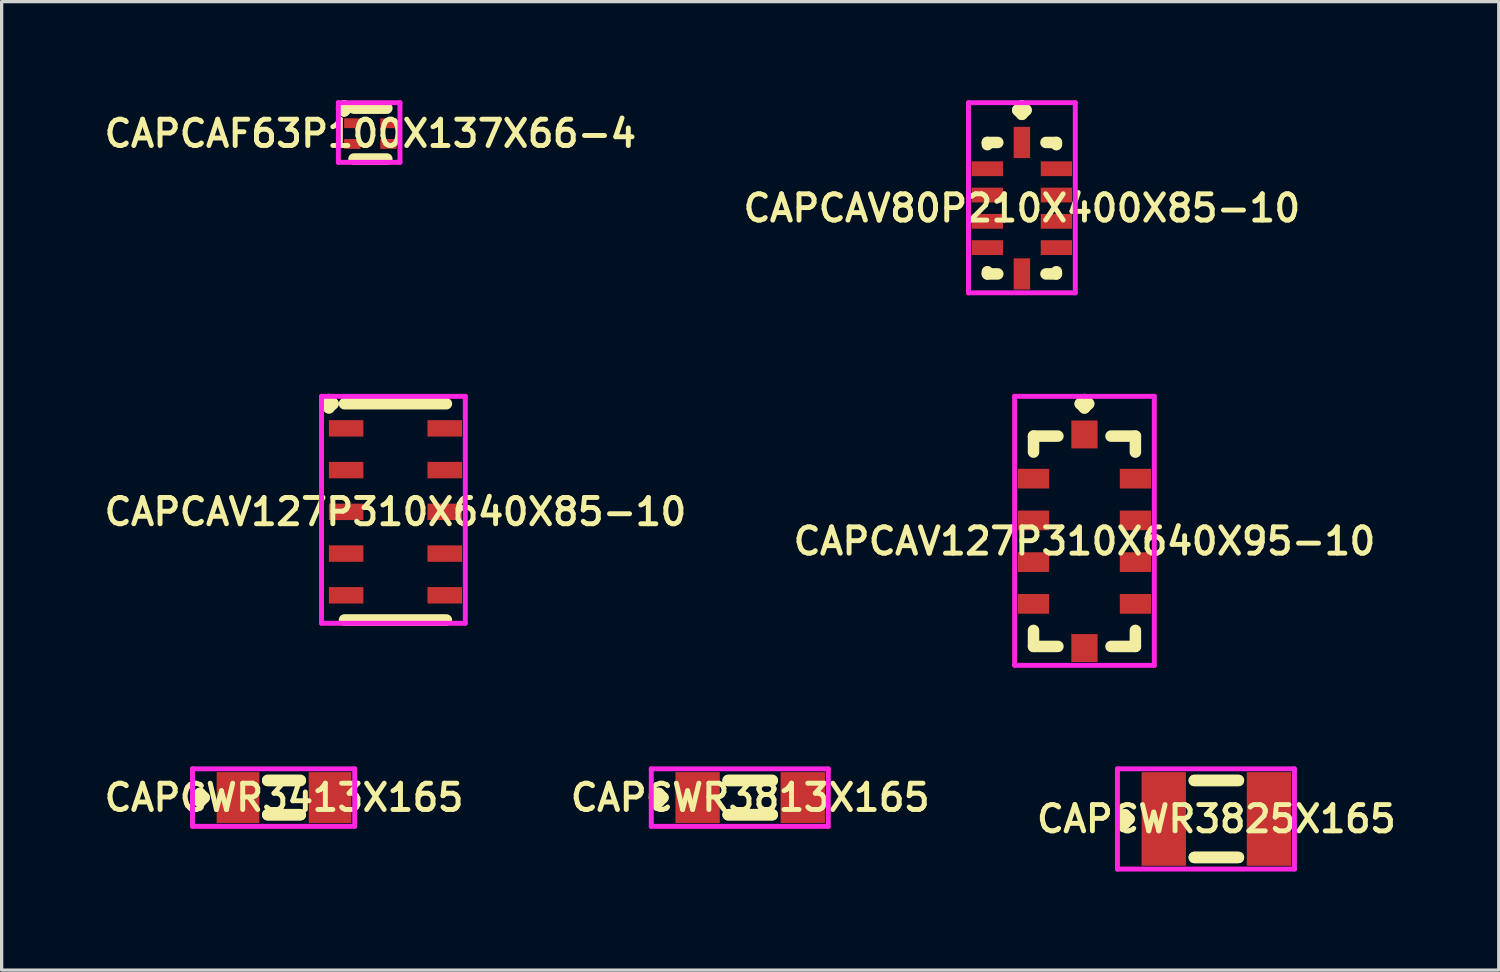
<source format=kicad_pcb>
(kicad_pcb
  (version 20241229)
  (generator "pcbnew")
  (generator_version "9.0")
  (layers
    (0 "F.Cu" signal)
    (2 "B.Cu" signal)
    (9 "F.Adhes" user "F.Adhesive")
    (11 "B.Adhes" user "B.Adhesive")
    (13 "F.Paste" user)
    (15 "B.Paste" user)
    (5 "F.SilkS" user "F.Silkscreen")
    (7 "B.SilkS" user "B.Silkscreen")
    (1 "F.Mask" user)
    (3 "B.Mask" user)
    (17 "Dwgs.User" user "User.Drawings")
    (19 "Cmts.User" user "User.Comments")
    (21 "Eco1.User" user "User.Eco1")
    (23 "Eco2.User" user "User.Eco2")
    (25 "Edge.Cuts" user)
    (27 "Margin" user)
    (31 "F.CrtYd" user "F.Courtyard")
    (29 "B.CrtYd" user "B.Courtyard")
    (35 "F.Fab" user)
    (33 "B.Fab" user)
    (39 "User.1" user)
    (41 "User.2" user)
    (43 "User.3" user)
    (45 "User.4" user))
  (footprint "CAPCAV80P210X400X85-10"
    (layer "F.Cu")
    (at 28.045 3.285)
    (property "Reference" "CAPCAV80P210X400X85-10" (at 0 0 0) (layer "F.SilkS") (effects (font (size 0.8 0.8) (thickness 0.15))))
    (attr smd)
    (fp_line (start -1.05 -2) (end -0.733 -2) (stroke (width 0.35) (type solid)) (layer "F.SilkS"))
    (fp_line (start -1.05 -1.933) (end -1.05 -2) (stroke (width 0.35) (type solid)) (layer "F.SilkS"))
    (fp_line (start -1.05 1.933) (end -1.05 2) (stroke (width 0.35) (type solid)) (layer "F.SilkS"))
    (fp_line (start -1.05 2) (end -0.733 2) (stroke (width 0.35) (type solid)) (layer "F.SilkS"))
    (fp_line (start -0.127 -2.983) (end 0 -3.11) (stroke (width 0.35) (type solid)) (layer "F.SilkS"))
    (fp_line (start 0 -3.11) (end 0.127 -2.983) (stroke (width 0.35) (type solid)) (layer "F.SilkS"))
    (fp_line (start 0 -2.856) (end -0.127 -2.983) (stroke (width 0.35) (type solid)) (layer "F.SilkS"))
    (fp_line (start 0.127 -2.983) (end 0 -2.856) (stroke (width 0.35) (type solid)) (layer "F.SilkS"))
    (fp_line (start 1.05 -2) (end 0.733 -2) (stroke (width 0.35) (type solid)) (layer "F.SilkS"))
    (fp_line (start 1.05 -1.933) (end 1.05 -2) (stroke (width 0.35) (type solid)) (layer "F.SilkS"))
    (fp_line (start 1.05 1.933) (end 1.05 2) (stroke (width 0.35) (type solid)) (layer "F.SilkS"))
    (fp_line (start 1.05 2) (end 0.733 2) (stroke (width 0.35) (type solid)) (layer "F.SilkS"))
    (fp_line (start -1.625 -3.21) (end 1.625 -3.21) (stroke (width 0.15) (type solid)) (layer "F.CrtYd"))
    (fp_line (start -1.625 2.575) (end -1.625 -3.21) (stroke (width 0.15) (type solid)) (layer "F.CrtYd"))
    (fp_line (start 1.625 -3.21) (end 1.625 2.575) (stroke (width 0.15) (type solid)) (layer "F.CrtYd"))
    (fp_line (start 1.625 2.575) (end -1.625 2.575) (stroke (width 0.15) (type solid)) (layer "F.CrtYd"))
    (pad "1" smd rect (at 0 -2) (size 0.5 0.95) (layers "F.Cu" "F.Mask" "F.Paste"))
    (pad "2" smd rect (at -1.05 -1.2) (size 0.95 0.45) (layers "F.Cu" "F.Mask" "F.Paste"))
    (pad "3" smd rect (at -1.05 -0.4) (size 0.95 0.45) (layers "F.Cu" "F.Mask" "F.Paste"))
    (pad "4" smd rect (at -1.05 0.4) (size 0.95 0.45) (layers "F.Cu" "F.Mask" "F.Paste"))
    (pad "5" smd rect (at -1.05 1.2) (size 0.95 0.45) (layers "F.Cu" "F.Mask" "F.Paste"))
    (pad "6" smd rect (at 0 2) (size 0.5 0.95) (layers "F.Cu" "F.Mask" "F.Paste"))
    (pad "7" smd rect (at 1.05 1.2) (size 0.95 0.45) (layers "F.Cu" "F.Mask" "F.Paste"))
    (pad "8" smd rect (at 1.05 0.4) (size 0.95 0.45) (layers "F.Cu" "F.Mask" "F.Paste"))
    (pad "9" smd rect (at 1.05 -0.4) (size 0.95 0.45) (layers "F.Cu" "F.Mask" "F.Paste"))
    (pad "10" smd rect (at 1.05 -1.2) (size 0.95 0.45) (layers "F.Cu" "F.Mask" "F.Paste")))
  (footprint "CAPCWR3813X165"
    (layer "F.Cu")
    (at 19.778 21.22)
    (property "Reference" "CAPCWR3813X165" (at 0 0 0) (layer "F.SilkS") (effects (font (size 0.8 0.8) (thickness 0.15))))
    (attr smd)
    (fp_line (start -2.91 0) (end -2.783 -0.127) (stroke (width 0.35) (type solid)) (layer "F.SilkS"))
    (fp_line (start -2.783 -0.127) (end -2.656 0) (stroke (width 0.35) (type solid)) (layer "F.SilkS"))
    (fp_line (start -2.783 0.127) (end -2.91 0) (stroke (width 0.35) (type solid)) (layer "F.SilkS"))
    (fp_line (start -2.656 0) (end -2.783 0.127) (stroke (width 0.35) (type solid)) (layer "F.SilkS"))
    (fp_line (start -0.671 -0.521) (end 0.671 -0.521) (stroke (width 0.35) (type solid)) (layer "F.SilkS"))
    (fp_line (start -0.671 0.521) (end 0.671 0.521) (stroke (width 0.35) (type solid)) (layer "F.SilkS"))
    (fp_line (start 0.671 -0.521) (end -0.671 -0.521) (stroke (width 0.35) (type solid)) (layer "F.SilkS"))
    (fp_line (start 0.671 0.521) (end -0.671 0.521) (stroke (width 0.35) (type solid)) (layer "F.SilkS"))
    (fp_line (start -3.01 -0.875) (end 2.375 -0.875) (stroke (width 0.15) (type solid)) (layer "F.CrtYd"))
    (fp_line (start -3.01 0.875) (end -3.01 -0.875) (stroke (width 0.15) (type solid)) (layer "F.CrtYd"))
    (fp_line (start 2.375 -0.875) (end 2.375 0.875) (stroke (width 0.15) (type solid)) (layer "F.CrtYd"))
    (fp_line (start 2.375 0.875) (end -3.01 0.875) (stroke (width 0.15) (type solid)) (layer "F.CrtYd"))
    (pad "1" smd rect (at -1.6 0) (size 1.35 1.55) (layers "F.Cu" "F.Mask" "F.Paste"))
    (pad "2" smd rect (at 1.6 0) (size 1.35 1.55) (layers "F.Cu" "F.Mask" "F.Paste")))
  (footprint "CAPCWR3413X165"
    (layer "F.Cu")
    (at 5.593 21.22)
    (property "Reference" "CAPCWR3413X165" (at 0 0 0) (layer "F.SilkS") (effects (font (size 0.8 0.8) (thickness 0.15))))
    (attr smd)
    (fp_line (start -2.685 0) (end -2.558 -0.127) (stroke (width 0.35) (type solid)) (layer "F.SilkS"))
    (fp_line (start -2.558 -0.127) (end -2.431 0) (stroke (width 0.35) (type solid)) (layer "F.SilkS"))
    (fp_line (start -2.558 0.127) (end -2.685 0) (stroke (width 0.35) (type solid)) (layer "F.SilkS"))
    (fp_line (start -2.431 0) (end -2.558 0.127) (stroke (width 0.35) (type solid)) (layer "F.SilkS"))
    (fp_line (start -0.496 -0.521) (end 0.496 -0.521) (stroke (width 0.35) (type solid)) (layer "F.SilkS"))
    (fp_line (start -0.496 0.521) (end 0.496 0.521) (stroke (width 0.35) (type solid)) (layer "F.SilkS"))
    (fp_line (start 0.496 -0.521) (end -0.496 -0.521) (stroke (width 0.35) (type solid)) (layer "F.SilkS"))
    (fp_line (start 0.496 0.521) (end -0.496 0.521) (stroke (width 0.35) (type solid)) (layer "F.SilkS"))
    (fp_line (start -2.785 -0.875) (end 2.15 -0.875) (stroke (width 0.15) (type solid)) (layer "F.CrtYd"))
    (fp_line (start -2.785 0.875) (end -2.785 -0.875) (stroke (width 0.15) (type solid)) (layer "F.CrtYd"))
    (fp_line (start 2.15 -0.875) (end 2.15 0.875) (stroke (width 0.15) (type solid)) (layer "F.CrtYd"))
    (fp_line (start 2.15 0.875) (end -2.785 0.875) (stroke (width 0.15) (type solid)) (layer "F.CrtYd"))
    (pad "1" smd rect (at -1.4 0) (size 1.3 1.55) (layers "F.Cu" "F.Mask" "F.Paste"))
    (pad "2" smd rect (at 1.4 0) (size 1.3 1.55) (layers "F.Cu" "F.Mask" "F.Paste")))
  (footprint "CAPCAV127P310X640X85-10"
    (layer "F.Cu")
    (at 8.983 12.525)
    (property "Reference" "CAPCAV127P310X640X85-10" (at 0 0 0) (layer "F.SilkS") (effects (font (size 0.8 0.8) (thickness 0.15))))
    (attr smd)
    (fp_line (start -2.15 -3.29) (end -2.025 -3.415) (stroke (width 0.35) (type solid)) (layer "F.SilkS"))
    (fp_line (start -2.025 -3.415) (end -1.9 -3.29) (stroke (width 0.35) (type solid)) (layer "F.SilkS"))
    (fp_line (start -2.025 -3.165) (end -2.15 -3.29) (stroke (width 0.35) (type solid)) (layer "F.SilkS"))
    (fp_line (start -1.9 -3.29) (end -2.025 -3.165) (stroke (width 0.35) (type solid)) (layer "F.SilkS"))
    (fp_line (start -1.55 -3.29) (end 1.55 -3.29) (stroke (width 0.35) (type solid)) (layer "F.SilkS"))
    (fp_line (start -1.55 3.29) (end 1.55 3.29) (stroke (width 0.35) (type solid)) (layer "F.SilkS"))
    (fp_line (start -2.25 -3.515) (end 2.125 -3.515) (stroke (width 0.15) (type solid)) (layer "F.CrtYd"))
    (fp_line (start -2.25 3.39) (end -2.25 -3.515) (stroke (width 0.15) (type solid)) (layer "F.CrtYd"))
    (fp_line (start 2.125 -3.515) (end 2.125 3.39) (stroke (width 0.15) (type solid)) (layer "F.CrtYd"))
    (fp_line (start 2.125 3.39) (end -2.25 3.39) (stroke (width 0.15) (type solid)) (layer "F.CrtYd"))
    (pad "1" smd rect (at -1.5 -2.54) (size 1.05 0.5) (layers "F.Cu" "F.Mask" "F.Paste"))
    (pad "2" smd rect (at -1.5 -1.27) (size 1.05 0.5) (layers "F.Cu" "F.Mask" "F.Paste"))
    (pad "3" smd rect (at -1.5 0) (size 1.05 0.5) (layers "F.Cu" "F.Mask" "F.Paste"))
    (pad "4" smd rect (at -1.5 1.27) (size 1.05 0.5) (layers "F.Cu" "F.Mask" "F.Paste"))
    (pad "5" smd rect (at -1.5 2.54) (size 1.05 0.5) (layers "F.Cu" "F.Mask" "F.Paste"))
    (pad "6" smd rect (at 1.5 2.54) (size 1.05 0.5) (layers "F.Cu" "F.Mask" "F.Paste"))
    (pad "7" smd rect (at 1.5 1.27) (size 1.05 0.5) (layers "F.Cu" "F.Mask" "F.Paste"))
    (pad "8" smd rect (at 1.5 0) (size 1.05 0.5) (layers "F.Cu" "F.Mask" "F.Paste"))
    (pad "9" smd rect (at 1.5 -1.27) (size 1.05 0.5) (layers "F.Cu" "F.Mask" "F.Paste"))
    (pad "10" smd rect (at 1.5 -2.54) (size 1.05 0.5) (layers "F.Cu" "F.Mask" "F.Paste")))
  (footprint "CAPCWR3825X165"
    (layer "F.Cu")
    (at 33.963 21.87)
    (property "Reference" "CAPCWR3825X165" (at 0 0 0) (layer "F.SilkS") (effects (font (size 0.8 0.8) (thickness 0.15))))
    (attr smd)
    (fp_line (start -2.91 0) (end -2.783 -0.127) (stroke (width 0.35) (type solid)) (layer "F.SilkS"))
    (fp_line (start -2.783 -0.127) (end -2.656 0) (stroke (width 0.35) (type solid)) (layer "F.SilkS"))
    (fp_line (start -2.783 0.127) (end -2.91 0) (stroke (width 0.35) (type solid)) (layer "F.SilkS"))
    (fp_line (start -2.656 0) (end -2.783 0.127) (stroke (width 0.35) (type solid)) (layer "F.SilkS"))
    (fp_line (start -0.671 -1.171) (end 0.671 -1.171) (stroke (width 0.35) (type solid)) (layer "F.SilkS"))
    (fp_line (start -0.671 1.171) (end 0.671 1.171) (stroke (width 0.35) (type solid)) (layer "F.SilkS"))
    (fp_line (start 0.671 -1.171) (end -0.671 -1.171) (stroke (width 0.35) (type solid)) (layer "F.SilkS"))
    (fp_line (start 0.671 1.171) (end -0.671 1.171) (stroke (width 0.35) (type solid)) (layer "F.SilkS"))
    (fp_line (start -3.01 -1.525) (end 2.375 -1.525) (stroke (width 0.15) (type solid)) (layer "F.CrtYd"))
    (fp_line (start -3.01 1.525) (end -3.01 -1.525) (stroke (width 0.15) (type solid)) (layer "F.CrtYd"))
    (fp_line (start 2.375 -1.525) (end 2.375 1.525) (stroke (width 0.15) (type solid)) (layer "F.CrtYd"))
    (fp_line (start 2.375 1.525) (end -3.01 1.525) (stroke (width 0.15) (type solid)) (layer "F.CrtYd"))
    (pad "1" smd rect (at -1.6 0) (size 1.35 2.85) (layers "F.Cu" "F.Mask" "F.Paste"))
    (pad "2" smd rect (at 1.6 0) (size 1.35 2.85) (layers "F.Cu" "F.Mask" "F.Paste")))
  (footprint "CAPCAV127P310X640X95-10"
    (layer "F.Cu")
    (at 29.949 13.42)
    (property "Reference" "CAPCAV127P310X640X95-10" (at 0 0 0) (layer "F.SilkS") (effects (font (size 0.8 0.8) (thickness 0.15))))
    (attr smd)
    (fp_line (start -1.55 -3.2) (end -0.808 -3.2) (stroke (width 0.35) (type solid)) (layer "F.SilkS"))
    (fp_line (start -1.55 -2.713) (end -1.55 -3.2) (stroke (width 0.35) (type solid)) (layer "F.SilkS"))
    (fp_line (start -1.55 2.713) (end -1.55 3.2) (stroke (width 0.35) (type solid)) (layer "F.SilkS"))
    (fp_line (start -1.55 3.2) (end -0.808 3.2) (stroke (width 0.35) (type solid)) (layer "F.SilkS"))
    (fp_line (start -0.127 -4.183) (end 0 -4.31) (stroke (width 0.35) (type solid)) (layer "F.SilkS"))
    (fp_line (start 0 -4.31) (end 0.127 -4.183) (stroke (width 0.35) (type solid)) (layer "F.SilkS"))
    (fp_line (start 0 -4.056) (end -0.127 -4.183) (stroke (width 0.35) (type solid)) (layer "F.SilkS"))
    (fp_line (start 0.127 -4.183) (end 0 -4.056) (stroke (width 0.35) (type solid)) (layer "F.SilkS"))
    (fp_line (start 1.55 -3.2) (end 0.808 -3.2) (stroke (width 0.35) (type solid)) (layer "F.SilkS"))
    (fp_line (start 1.55 -2.713) (end 1.55 -3.2) (stroke (width 0.35) (type solid)) (layer "F.SilkS"))
    (fp_line (start 1.55 2.713) (end 1.55 3.2) (stroke (width 0.35) (type solid)) (layer "F.SilkS"))
    (fp_line (start 1.55 3.2) (end 0.808 3.2) (stroke (width 0.35) (type solid)) (layer "F.SilkS"))
    (fp_line (start -2.125 -4.41) (end 2.125 -4.41) (stroke (width 0.15) (type solid)) (layer "F.CrtYd"))
    (fp_line (start -2.125 3.775) (end -2.125 -4.41) (stroke (width 0.15) (type solid)) (layer "F.CrtYd"))
    (fp_line (start 2.125 -4.41) (end 2.125 3.775) (stroke (width 0.15) (type solid)) (layer "F.CrtYd"))
    (fp_line (start 2.125 3.775) (end -2.125 3.775) (stroke (width 0.15) (type solid)) (layer "F.CrtYd"))
    (pad "1" smd rect (at 0 -3.25) (size 0.8 0.85) (layers "F.Cu" "F.Mask" "F.Paste"))
    (pad "2" smd rect (at -1.55 -1.905) (size 0.95 0.6) (layers "F.Cu" "F.Mask" "F.Paste"))
    (pad "3" smd rect (at -1.55 -0.635) (size 0.95 0.6) (layers "F.Cu" "F.Mask" "F.Paste"))
    (pad "4" smd rect (at -1.55 0.635) (size 0.95 0.6) (layers "F.Cu" "F.Mask" "F.Paste"))
    (pad "5" smd rect (at -1.55 1.905) (size 0.95 0.6) (layers "F.Cu" "F.Mask" "F.Paste"))
    (pad "6" smd rect (at 0 3.25) (size 0.8 0.85) (layers "F.Cu" "F.Mask" "F.Paste"))
    (pad "7" smd rect (at 1.55 1.905) (size 0.95 0.6) (layers "F.Cu" "F.Mask" "F.Paste"))
    (pad "8" smd rect (at 1.55 0.635) (size 0.95 0.6) (layers "F.Cu" "F.Mask" "F.Paste"))
    (pad "9" smd rect (at 1.55 -0.635) (size 0.95 0.6) (layers "F.Cu" "F.Mask" "F.Paste"))
    (pad "10" smd rect (at 1.55 -1.905) (size 0.95 0.6) (layers "F.Cu" "F.Mask" "F.Paste")))
  (footprint "CAPCAF63P100X137X66-4"
    (layer "F.Cu")
    (at 8.221 1.015)
    (property "Reference" "CAPCAF63P100X137X66-4" (at 0 0 0) (layer "F.SilkS") (effects (font (size 0.8 0.8) (thickness 0.15))))
    (attr smd)
    (fp_line (start -0.875 -0.765) (end -0.8 -0.84) (stroke (width 0.35) (type solid)) (layer "F.SilkS"))
    (fp_line (start -0.8 -0.84) (end -0.725 -0.765) (stroke (width 0.35) (type solid)) (layer "F.SilkS"))
    (fp_line (start -0.8 -0.69) (end -0.875 -0.765) (stroke (width 0.35) (type solid)) (layer "F.SilkS"))
    (fp_line (start -0.725 -0.765) (end -0.8 -0.69) (stroke (width 0.35) (type solid)) (layer "F.SilkS"))
    (fp_line (start -0.5 -0.774) (end 0.5 -0.774) (stroke (width 0.35) (type solid)) (layer "F.SilkS"))
    (fp_line (start -0.5 0.774) (end 0.5 0.774) (stroke (width 0.35) (type solid)) (layer "F.SilkS"))
    (fp_line (start -0.975 -0.94) (end 0.9 -0.94) (stroke (width 0.15) (type solid)) (layer "F.CrtYd"))
    (fp_line (start -0.975 0.874) (end -0.975 -0.94) (stroke (width 0.15) (type solid)) (layer "F.CrtYd"))
    (fp_line (start 0.9 -0.94) (end 0.9 0.874) (stroke (width 0.15) (type solid)) (layer "F.CrtYd"))
    (fp_line (start 0.9 0.874) (end -0.975 0.874) (stroke (width 0.15) (type solid)) (layer "F.CrtYd"))
    (pad "1" smd rect (at -0.55 -0.315) (size 0.5 0.3) (layers "F.Cu" "F.Mask" "F.Paste"))
    (pad "2" smd rect (at -0.55 0.315) (size 0.5 0.3) (layers "F.Cu" "F.Mask" "F.Paste"))
    (pad "3" smd rect (at 0.55 0.315) (size 0.5 0.3) (layers "F.Cu" "F.Mask" "F.Paste"))
    (pad "4" smd rect (at 0.55 -0.315) (size 0.5 0.3) (layers "F.Cu" "F.Mask" "F.Paste")))
  (gr_rect
    (start -3 -3)
    (end 42.556 26.47)
    (stroke (width 0.1) (type default))
    (fill no)
    (layer "Edge.Cuts")))
</source>
